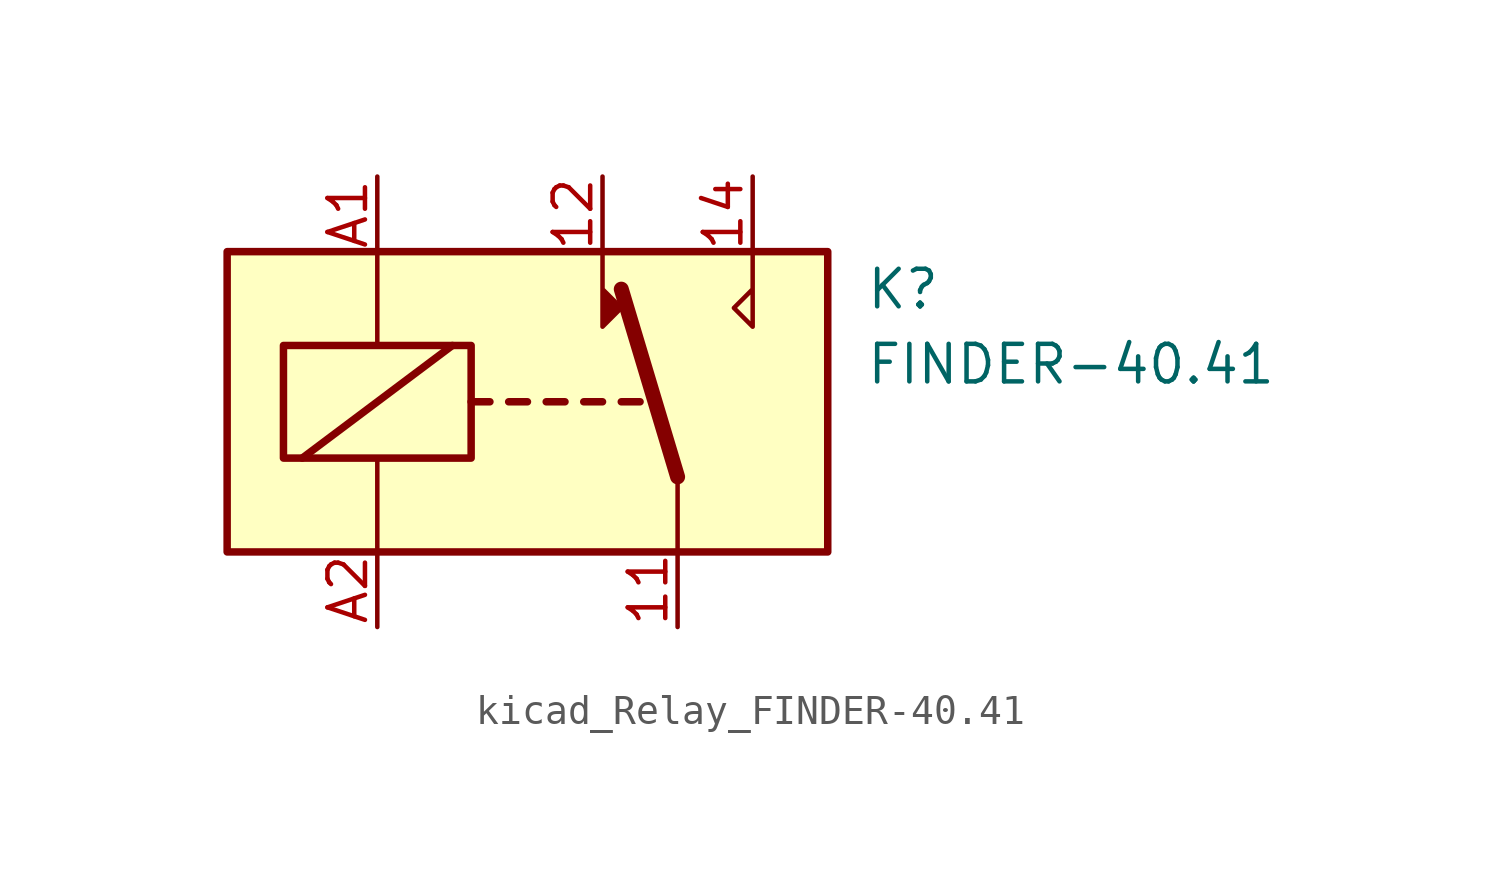
<source format=kicad_sym>
(kicad_symbol_lib
  (version 20220914)
  (generator kicad_symbol_editor)
  (symbol "kicad_Relay_FINDER-40.41"
    (property "Reference" "K"
      (at 11.43 3.81 0)
      (effects (font (size 1.27 1.27)) (justify left)))
    (property "Value" "FINDER-40.41"
      (at 11.43 1.27 0)
      (effects (font (size 1.27 1.27)) (justify left)))
    (symbol "kicad_Relay_FINDER-40.41_0_0"
      (polyline (pts (xy 7.62 5.08) (xy 7.62 2.54) (xy 6.985 3.175) (xy 7.62 3.81)) (stroke (width 0) (type default)) (fill (type none))))
    (symbol "kicad_Relay_FINDER-40.41_0_1"
      (rectangle (start -10.16 5.08) (end 10.16 -5.08) (stroke (width 0.254) (type default)) (fill (type background)))
      (rectangle (start -8.255 1.905) (end -1.905 -1.905) (stroke (width 0.254) (type default)) (fill (type none)))
      (polyline (pts (xy -7.62 -1.905) (xy -2.54 1.905)) (stroke (width 0.254) (type default)) (fill (type none)))
      (polyline (pts (xy -5.08 -5.08) (xy -5.08 -1.905)) (stroke (width 0) (type default)) (fill (type none)))
      (polyline (pts (xy -5.08 5.08) (xy -5.08 1.905)) (stroke (width 0) (type default)) (fill (type none)))
      (polyline (pts (xy -1.905 0) (xy -1.27 0)) (stroke (width 0.254) (type default)) (fill (type none)))
      (polyline (pts (xy -0.635 0) (xy 0 0)) (stroke (width 0.254) (type default)) (fill (type none)))
      (polyline (pts (xy 0.635 0) (xy 1.27 0)) (stroke (width 0.254) (type default)) (fill (type none)))
      (polyline (pts (xy 1.905 0) (xy 2.54 0)) (stroke (width 0.254) (type default)) (fill (type none)))
      (polyline (pts (xy 3.175 0) (xy 3.81 0)) (stroke (width 0.254) (type default)) (fill (type none)))
      (polyline (pts (xy 5.08 -2.54) (xy 3.175 3.81)) (stroke (width 0.508) (type default)) (fill (type none)))
      (polyline (pts (xy 5.08 -2.54) (xy 5.08 -5.08)) (stroke (width 0) (type default)) (fill (type none)))
      (polyline (pts (xy 2.54 5.08) (xy 2.54 2.54) (xy 3.175 3.175) (xy 2.54 3.81)) (stroke (width 0) (type default)) (fill (type outline))))
    (symbol "kicad_Relay_FINDER-40.41_1_1"
      (pin passive line (at 5.08 -7.62 90) (length 2.54) (name "~" (effects (font (size 1.27 1.27)))) (number "11" (effects (font (size 1.27 1.27)))))
      (pin passive line (at 2.54 7.62 270) (length 2.54) (name "~" (effects (font (size 1.27 1.27)))) (number "12" (effects (font (size 1.27 1.27)))))
      (pin passive line (at 7.62 7.62 270) (length 2.54) (name "~" (effects (font (size 1.27 1.27)))) (number "14" (effects (font (size 1.27 1.27)))))
      (pin passive line (at -5.08 7.62 270) (length 2.54) (name "~" (effects (font (size 1.27 1.27)))) (number "A1" (effects (font (size 1.27 1.27)))))
      (pin passive line (at -5.08 -7.62 90) (length 2.54) (name "~" (effects (font (size 1.27 1.27)))) (number "A2" (effects (font (size 1.27 1.27))))))))
</source>
